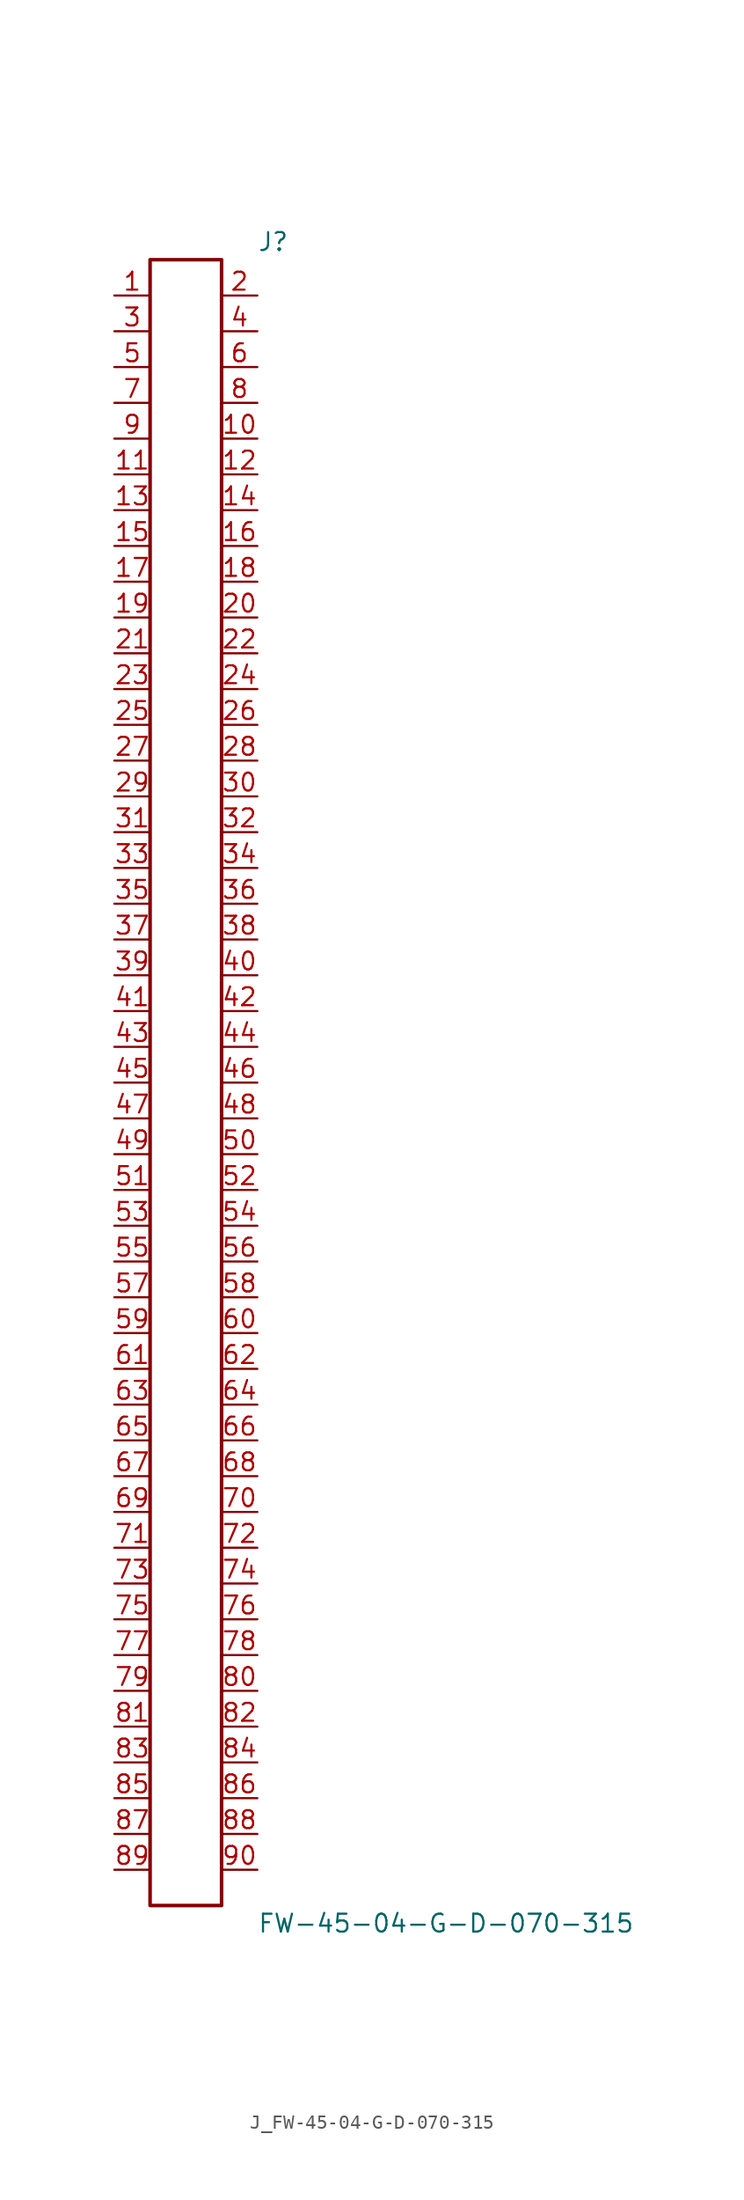
<source format=kicad_sym>
(kicad_symbol_lib
  (version 20231120)
  (generator kicad_symbol_editor)
  (generator_version 8.0)
  (symbol "J_FW-45-04-G-D-070-315"
    (pin_names
      (offset 0.254))
    (property "Reference" "J"
      (at 5.08 59.69 0)
      (effects (font (size 1.27 1.27)) (justify left)))
    (property "Value" "FW-45-04-G-D-070-315"
      (at 5.08 -59.69 0)
      (effects (font (size 1.27 1.27)) (justify left)))
    (symbol "J_FW-45-04-G-D-070-315_0_0"
      (pin passive line (at -5.08 55.88 0) (length 2.54) (name "" (effects (font (size 1.27 1.27)))) (number "1" (effects (font (size 1.27 1.27)))))
      (pin passive line (at 5.08 55.88 180) (length 2.54) (name "" (effects (font (size 1.27 1.27)))) (number "2" (effects (font (size 1.27 1.27)))))
      (pin passive line (at -5.08 53.34 0) (length 2.54) (name "" (effects (font (size 1.27 1.27)))) (number "3" (effects (font (size 1.27 1.27)))))
      (pin passive line (at 5.08 53.34 180) (length 2.54) (name "" (effects (font (size 1.27 1.27)))) (number "4" (effects (font (size 1.27 1.27)))))
      (pin passive line (at -5.08 50.8 0) (length 2.54) (name "" (effects (font (size 1.27 1.27)))) (number "5" (effects (font (size 1.27 1.27)))))
      (pin passive line (at 5.08 50.8 180) (length 2.54) (name "" (effects (font (size 1.27 1.27)))) (number "6" (effects (font (size 1.27 1.27)))))
      (pin passive line (at -5.08 48.26 0) (length 2.54) (name "" (effects (font (size 1.27 1.27)))) (number "7" (effects (font (size 1.27 1.27)))))
      (pin passive line (at 5.08 48.26 180) (length 2.54) (name "" (effects (font (size 1.27 1.27)))) (number "8" (effects (font (size 1.27 1.27)))))
      (pin passive line (at -5.08 45.72 0) (length 2.54) (name "" (effects (font (size 1.27 1.27)))) (number "9" (effects (font (size 1.27 1.27)))))
      (pin passive line (at 5.08 45.72 180) (length 2.54) (name "" (effects (font (size 1.27 1.27)))) (number "10" (effects (font (size 1.27 1.27)))))
      (pin passive line (at -5.08 43.18 0) (length 2.54) (name "" (effects (font (size 1.27 1.27)))) (number "11" (effects (font (size 1.27 1.27)))))
      (pin passive line (at 5.08 43.18 180) (length 2.54) (name "" (effects (font (size 1.27 1.27)))) (number "12" (effects (font (size 1.27 1.27)))))
      (pin passive line (at -5.08 40.64 0) (length 2.54) (name "" (effects (font (size 1.27 1.27)))) (number "13" (effects (font (size 1.27 1.27)))))
      (pin passive line (at 5.08 40.64 180) (length 2.54) (name "" (effects (font (size 1.27 1.27)))) (number "14" (effects (font (size 1.27 1.27)))))
      (pin passive line (at -5.08 38.1 0) (length 2.54) (name "" (effects (font (size 1.27 1.27)))) (number "15" (effects (font (size 1.27 1.27)))))
      (pin passive line (at 5.08 38.1 180) (length 2.54) (name "" (effects (font (size 1.27 1.27)))) (number "16" (effects (font (size 1.27 1.27)))))
      (pin passive line (at -5.08 35.56 0) (length 2.54) (name "" (effects (font (size 1.27 1.27)))) (number "17" (effects (font (size 1.27 1.27)))))
      (pin passive line (at 5.08 35.56 180) (length 2.54) (name "" (effects (font (size 1.27 1.27)))) (number "18" (effects (font (size 1.27 1.27)))))
      (pin passive line (at -5.08 33.02 0) (length 2.54) (name "" (effects (font (size 1.27 1.27)))) (number "19" (effects (font (size 1.27 1.27)))))
      (pin passive line (at 5.08 33.02 180) (length 2.54) (name "" (effects (font (size 1.27 1.27)))) (number "20" (effects (font (size 1.27 1.27)))))
      (pin passive line (at -5.08 30.48 0) (length 2.54) (name "" (effects (font (size 1.27 1.27)))) (number "21" (effects (font (size 1.27 1.27)))))
      (pin passive line (at 5.08 30.48 180) (length 2.54) (name "" (effects (font (size 1.27 1.27)))) (number "22" (effects (font (size 1.27 1.27)))))
      (pin passive line (at -5.08 27.94 0) (length 2.54) (name "" (effects (font (size 1.27 1.27)))) (number "23" (effects (font (size 1.27 1.27)))))
      (pin passive line (at 5.08 27.94 180) (length 2.54) (name "" (effects (font (size 1.27 1.27)))) (number "24" (effects (font (size 1.27 1.27)))))
      (pin passive line (at -5.08 25.4 0) (length 2.54) (name "" (effects (font (size 1.27 1.27)))) (number "25" (effects (font (size 1.27 1.27)))))
      (pin passive line (at 5.08 25.4 180) (length 2.54) (name "" (effects (font (size 1.27 1.27)))) (number "26" (effects (font (size 1.27 1.27)))))
      (pin passive line (at -5.08 22.86 0) (length 2.54) (name "" (effects (font (size 1.27 1.27)))) (number "27" (effects (font (size 1.27 1.27)))))
      (pin passive line (at 5.08 22.86 180) (length 2.54) (name "" (effects (font (size 1.27 1.27)))) (number "28" (effects (font (size 1.27 1.27)))))
      (pin passive line (at -5.08 20.32 0) (length 2.54) (name "" (effects (font (size 1.27 1.27)))) (number "29" (effects (font (size 1.27 1.27)))))
      (pin passive line (at 5.08 20.32 180) (length 2.54) (name "" (effects (font (size 1.27 1.27)))) (number "30" (effects (font (size 1.27 1.27)))))
      (pin passive line (at -5.08 17.78 0) (length 2.54) (name "" (effects (font (size 1.27 1.27)))) (number "31" (effects (font (size 1.27 1.27)))))
      (pin passive line (at 5.08 17.78 180) (length 2.54) (name "" (effects (font (size 1.27 1.27)))) (number "32" (effects (font (size 1.27 1.27)))))
      (pin passive line (at -5.08 15.24 0) (length 2.54) (name "" (effects (font (size 1.27 1.27)))) (number "33" (effects (font (size 1.27 1.27)))))
      (pin passive line (at 5.08 15.24 180) (length 2.54) (name "" (effects (font (size 1.27 1.27)))) (number "34" (effects (font (size 1.27 1.27)))))
      (pin passive line (at -5.08 12.7 0) (length 2.54) (name "" (effects (font (size 1.27 1.27)))) (number "35" (effects (font (size 1.27 1.27)))))
      (pin passive line (at 5.08 12.7 180) (length 2.54) (name "" (effects (font (size 1.27 1.27)))) (number "36" (effects (font (size 1.27 1.27)))))
      (pin passive line (at -5.08 10.16 0) (length 2.54) (name "" (effects (font (size 1.27 1.27)))) (number "37" (effects (font (size 1.27 1.27)))))
      (pin passive line (at 5.08 10.16 180) (length 2.54) (name "" (effects (font (size 1.27 1.27)))) (number "38" (effects (font (size 1.27 1.27)))))
      (pin passive line (at -5.08 7.62 0) (length 2.54) (name "" (effects (font (size 1.27 1.27)))) (number "39" (effects (font (size 1.27 1.27)))))
      (pin passive line (at 5.08 7.62 180) (length 2.54) (name "" (effects (font (size 1.27 1.27)))) (number "40" (effects (font (size 1.27 1.27)))))
      (pin passive line (at -5.08 5.08 0) (length 2.54) (name "" (effects (font (size 1.27 1.27)))) (number "41" (effects (font (size 1.27 1.27)))))
      (pin passive line (at 5.08 5.08 180) (length 2.54) (name "" (effects (font (size 1.27 1.27)))) (number "42" (effects (font (size 1.27 1.27)))))
      (pin passive line (at -5.08 2.54 0) (length 2.54) (name "" (effects (font (size 1.27 1.27)))) (number "43" (effects (font (size 1.27 1.27)))))
      (pin passive line (at 5.08 2.54 180) (length 2.54) (name "" (effects (font (size 1.27 1.27)))) (number "44" (effects (font (size 1.27 1.27)))))
      (pin passive line (at -5.08 0.0 0) (length 2.54) (name "" (effects (font (size 1.27 1.27)))) (number "45" (effects (font (size 1.27 1.27)))))
      (pin passive line (at 5.08 0.0 180) (length 2.54) (name "" (effects (font (size 1.27 1.27)))) (number "46" (effects (font (size 1.27 1.27)))))
      (pin passive line (at -5.08 -2.54 0) (length 2.54) (name "" (effects (font (size 1.27 1.27)))) (number "47" (effects (font (size 1.27 1.27)))))
      (pin passive line (at 5.08 -2.54 180) (length 2.54) (name "" (effects (font (size 1.27 1.27)))) (number "48" (effects (font (size 1.27 1.27)))))
      (pin passive line (at -5.08 -5.08 0) (length 2.54) (name "" (effects (font (size 1.27 1.27)))) (number "49" (effects (font (size 1.27 1.27)))))
      (pin passive line (at 5.08 -5.08 180) (length 2.54) (name "" (effects (font (size 1.27 1.27)))) (number "50" (effects (font (size 1.27 1.27)))))
      (pin passive line (at -5.08 -7.62 0) (length 2.54) (name "" (effects (font (size 1.27 1.27)))) (number "51" (effects (font (size 1.27 1.27)))))
      (pin passive line (at 5.08 -7.62 180) (length 2.54) (name "" (effects (font (size 1.27 1.27)))) (number "52" (effects (font (size 1.27 1.27)))))
      (pin passive line (at -5.08 -10.16 0) (length 2.54) (name "" (effects (font (size 1.27 1.27)))) (number "53" (effects (font (size 1.27 1.27)))))
      (pin passive line (at 5.08 -10.16 180) (length 2.54) (name "" (effects (font (size 1.27 1.27)))) (number "54" (effects (font (size 1.27 1.27)))))
      (pin passive line (at -5.08 -12.7 0) (length 2.54) (name "" (effects (font (size 1.27 1.27)))) (number "55" (effects (font (size 1.27 1.27)))))
      (pin passive line (at 5.08 -12.7 180) (length 2.54) (name "" (effects (font (size 1.27 1.27)))) (number "56" (effects (font (size 1.27 1.27)))))
      (pin passive line (at -5.08 -15.24 0) (length 2.54) (name "" (effects (font (size 1.27 1.27)))) (number "57" (effects (font (size 1.27 1.27)))))
      (pin passive line (at 5.08 -15.24 180) (length 2.54) (name "" (effects (font (size 1.27 1.27)))) (number "58" (effects (font (size 1.27 1.27)))))
      (pin passive line (at -5.08 -17.78 0) (length 2.54) (name "" (effects (font (size 1.27 1.27)))) (number "59" (effects (font (size 1.27 1.27)))))
      (pin passive line (at 5.08 -17.78 180) (length 2.54) (name "" (effects (font (size 1.27 1.27)))) (number "60" (effects (font (size 1.27 1.27)))))
      (pin passive line (at -5.08 -20.32 0) (length 2.54) (name "" (effects (font (size 1.27 1.27)))) (number "61" (effects (font (size 1.27 1.27)))))
      (pin passive line (at 5.08 -20.32 180) (length 2.54) (name "" (effects (font (size 1.27 1.27)))) (number "62" (effects (font (size 1.27 1.27)))))
      (pin passive line (at -5.08 -22.86 0) (length 2.54) (name "" (effects (font (size 1.27 1.27)))) (number "63" (effects (font (size 1.27 1.27)))))
      (pin passive line (at 5.08 -22.86 180) (length 2.54) (name "" (effects (font (size 1.27 1.27)))) (number "64" (effects (font (size 1.27 1.27)))))
      (pin passive line (at -5.08 -25.4 0) (length 2.54) (name "" (effects (font (size 1.27 1.27)))) (number "65" (effects (font (size 1.27 1.27)))))
      (pin passive line (at 5.08 -25.4 180) (length 2.54) (name "" (effects (font (size 1.27 1.27)))) (number "66" (effects (font (size 1.27 1.27)))))
      (pin passive line (at -5.08 -27.94 0) (length 2.54) (name "" (effects (font (size 1.27 1.27)))) (number "67" (effects (font (size 1.27 1.27)))))
      (pin passive line (at 5.08 -27.94 180) (length 2.54) (name "" (effects (font (size 1.27 1.27)))) (number "68" (effects (font (size 1.27 1.27)))))
      (pin passive line (at -5.08 -30.48 0) (length 2.54) (name "" (effects (font (size 1.27 1.27)))) (number "69" (effects (font (size 1.27 1.27)))))
      (pin passive line (at 5.08 -30.48 180) (length 2.54) (name "" (effects (font (size 1.27 1.27)))) (number "70" (effects (font (size 1.27 1.27)))))
      (pin passive line (at -5.08 -33.02 0) (length 2.54) (name "" (effects (font (size 1.27 1.27)))) (number "71" (effects (font (size 1.27 1.27)))))
      (pin passive line (at 5.08 -33.02 180) (length 2.54) (name "" (effects (font (size 1.27 1.27)))) (number "72" (effects (font (size 1.27 1.27)))))
      (pin passive line (at -5.08 -35.56 0) (length 2.54) (name "" (effects (font (size 1.27 1.27)))) (number "73" (effects (font (size 1.27 1.27)))))
      (pin passive line (at 5.08 -35.56 180) (length 2.54) (name "" (effects (font (size 1.27 1.27)))) (number "74" (effects (font (size 1.27 1.27)))))
      (pin passive line (at -5.08 -38.1 0) (length 2.54) (name "" (effects (font (size 1.27 1.27)))) (number "75" (effects (font (size 1.27 1.27)))))
      (pin passive line (at 5.08 -38.1 180) (length 2.54) (name "" (effects (font (size 1.27 1.27)))) (number "76" (effects (font (size 1.27 1.27)))))
      (pin passive line (at -5.08 -40.64 0) (length 2.54) (name "" (effects (font (size 1.27 1.27)))) (number "77" (effects (font (size 1.27 1.27)))))
      (pin passive line (at 5.08 -40.64 180) (length 2.54) (name "" (effects (font (size 1.27 1.27)))) (number "78" (effects (font (size 1.27 1.27)))))
      (pin passive line (at -5.08 -43.18 0) (length 2.54) (name "" (effects (font (size 1.27 1.27)))) (number "79" (effects (font (size 1.27 1.27)))))
      (pin passive line (at 5.08 -43.18 180) (length 2.54) (name "" (effects (font (size 1.27 1.27)))) (number "80" (effects (font (size 1.27 1.27)))))
      (pin passive line (at -5.08 -45.72 0) (length 2.54) (name "" (effects (font (size 1.27 1.27)))) (number "81" (effects (font (size 1.27 1.27)))))
      (pin passive line (at 5.08 -45.72 180) (length 2.54) (name "" (effects (font (size 1.27 1.27)))) (number "82" (effects (font (size 1.27 1.27)))))
      (pin passive line (at -5.08 -48.26 0) (length 2.54) (name "" (effects (font (size 1.27 1.27)))) (number "83" (effects (font (size 1.27 1.27)))))
      (pin passive line (at 5.08 -48.26 180) (length 2.54) (name "" (effects (font (size 1.27 1.27)))) (number "84" (effects (font (size 1.27 1.27)))))
      (pin passive line (at -5.08 -50.8 0) (length 2.54) (name "" (effects (font (size 1.27 1.27)))) (number "85" (effects (font (size 1.27 1.27)))))
      (pin passive line (at 5.08 -50.8 180) (length 2.54) (name "" (effects (font (size 1.27 1.27)))) (number "86" (effects (font (size 1.27 1.27)))))
      (pin passive line (at -5.08 -53.34 0) (length 2.54) (name "" (effects (font (size 1.27 1.27)))) (number "87" (effects (font (size 1.27 1.27)))))
      (pin passive line (at 5.08 -53.34 180) (length 2.54) (name "" (effects (font (size 1.27 1.27)))) (number "88" (effects (font (size 1.27 1.27)))))
      (pin passive line (at -5.08 -55.88 0) (length 2.54) (name "" (effects (font (size 1.27 1.27)))) (number "89" (effects (font (size 1.27 1.27)))))
      (pin passive line (at 5.08 -55.88 180) (length 2.54) (name "" (effects (font (size 1.27 1.27)))) (number "90" (effects (font (size 1.27 1.27))))))
    (symbol "J_FW-45-04-G-D-070-315_1_0"
      (rectangle (start -2.54 58.42) (end 2.54 -58.42) (stroke (width 0.254) (type solid)) (fill (type none))))))
</source>
